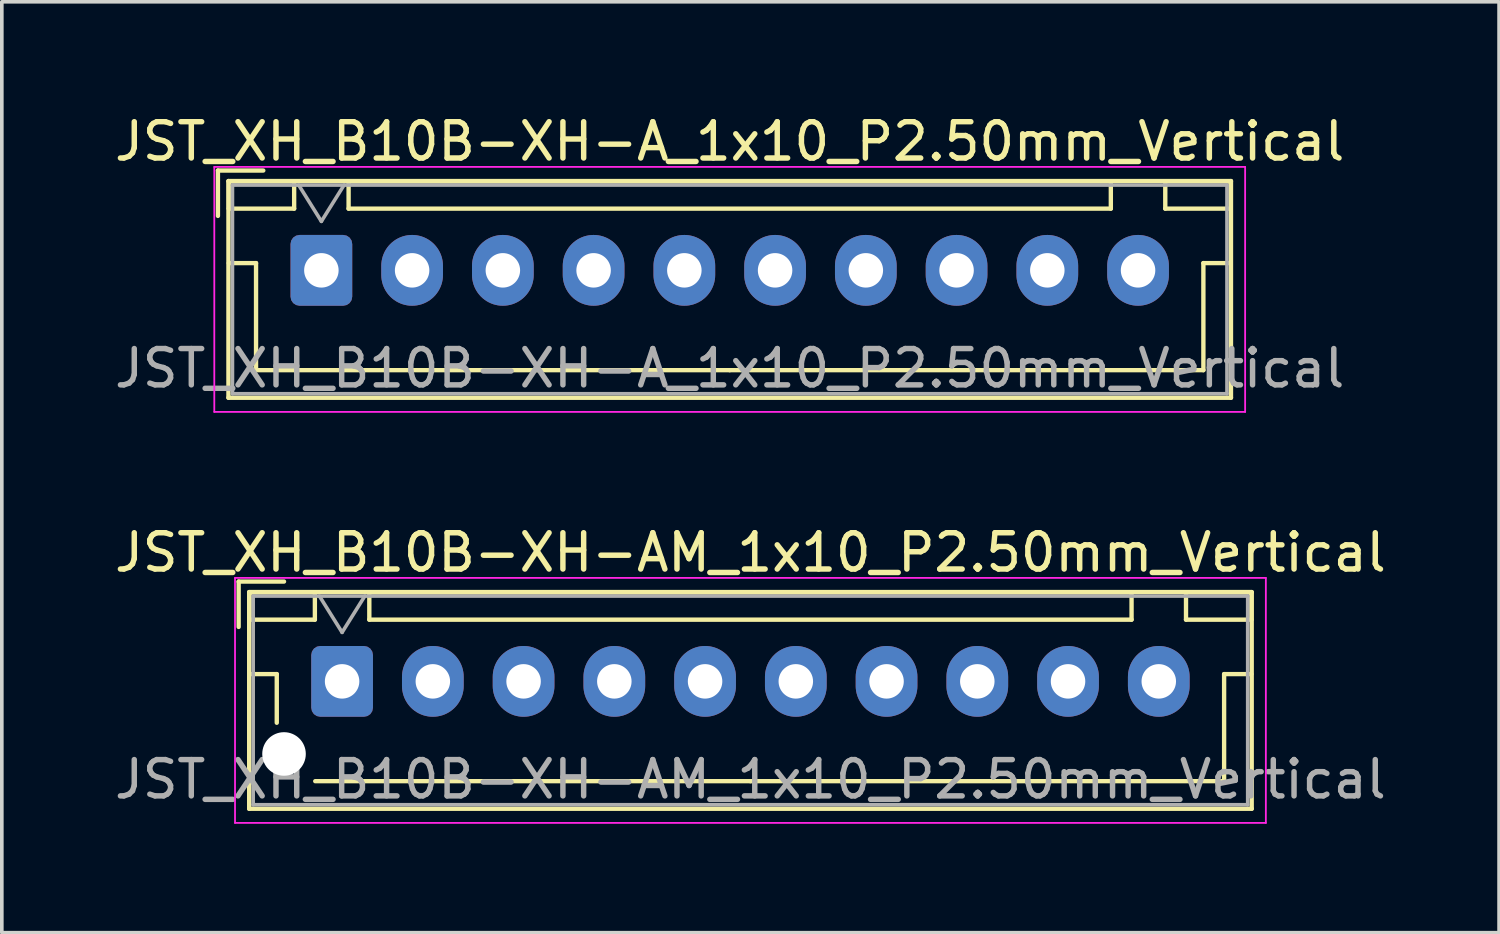
<source format=kicad_pcb>
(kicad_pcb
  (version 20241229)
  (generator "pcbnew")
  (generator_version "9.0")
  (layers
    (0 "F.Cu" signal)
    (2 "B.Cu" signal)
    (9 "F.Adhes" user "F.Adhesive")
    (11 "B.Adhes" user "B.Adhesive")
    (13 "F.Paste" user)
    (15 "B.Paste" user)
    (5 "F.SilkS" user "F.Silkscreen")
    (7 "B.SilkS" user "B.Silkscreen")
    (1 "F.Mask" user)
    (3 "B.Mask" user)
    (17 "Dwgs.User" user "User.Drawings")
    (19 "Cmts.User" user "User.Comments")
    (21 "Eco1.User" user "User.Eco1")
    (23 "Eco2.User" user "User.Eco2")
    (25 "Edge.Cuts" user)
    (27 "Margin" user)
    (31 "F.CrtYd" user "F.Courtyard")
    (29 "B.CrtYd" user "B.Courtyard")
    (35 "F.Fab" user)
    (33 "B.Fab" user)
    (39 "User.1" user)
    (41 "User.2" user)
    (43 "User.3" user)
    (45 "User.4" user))
  (footprint "JST_XH_B10B-XH-AM_1x10_P2.50mm_Vertical"
    (layer "F.Cu")
    (at 6.375 15.722)
    (property "Reference" "JST_XH_B10B-XH-AM_1x10_P2.50mm_Vertical" (at 11.25 -3.55 0) (layer "F.SilkS") (effects (font (size 1 1) (thickness 0.15))))
    (attr through_hole)
    (fp_line (start -2.85 -2.75) (end -2.85 -1.5) (stroke (width 0.12) (type solid)) (layer "F.SilkS"))
    (fp_line (start -2.56 -2.46) (end -2.56 3.51) (stroke (width 0.12) (type solid)) (layer "F.SilkS"))
    (fp_line (start -2.56 3.51) (end 25.06 3.51) (stroke (width 0.12) (type solid)) (layer "F.SilkS"))
    (fp_line (start -2.55 -2.45) (end -2.55 -1.7) (stroke (width 0.12) (type solid)) (layer "F.SilkS"))
    (fp_line (start -2.55 -1.7) (end -0.75 -1.7) (stroke (width 0.12) (type solid)) (layer "F.SilkS"))
    (fp_line (start -2.55 -0.2) (end -1.8 -0.2) (stroke (width 0.12) (type solid)) (layer "F.SilkS"))
    (fp_line (start -1.8 -0.2) (end -1.8 1.14) (stroke (width 0.12) (type solid)) (layer "F.SilkS"))
    (fp_line (start -1.6 -2.75) (end -2.85 -2.75) (stroke (width 0.12) (type solid)) (layer "F.SilkS"))
    (fp_line (start -0.75 -2.45) (end -2.55 -2.45) (stroke (width 0.12) (type solid)) (layer "F.SilkS"))
    (fp_line (start -0.75 -1.7) (end -0.75 -2.45) (stroke (width 0.12) (type solid)) (layer "F.SilkS"))
    (fp_line (start 0.75 -2.45) (end 0.75 -1.7) (stroke (width 0.12) (type solid)) (layer "F.SilkS"))
    (fp_line (start 0.75 -1.7) (end 21.75 -1.7) (stroke (width 0.12) (type solid)) (layer "F.SilkS"))
    (fp_line (start 11.25 2.75) (end -0.74 2.75) (stroke (width 0.12) (type solid)) (layer "F.SilkS"))
    (fp_line (start 21.75 -2.45) (end 0.75 -2.45) (stroke (width 0.12) (type solid)) (layer "F.SilkS"))
    (fp_line (start 21.75 -1.7) (end 21.75 -2.45) (stroke (width 0.12) (type solid)) (layer "F.SilkS"))
    (fp_line (start 23.25 -2.45) (end 23.25 -1.7) (stroke (width 0.12) (type solid)) (layer "F.SilkS"))
    (fp_line (start 23.25 -1.7) (end 25.05 -1.7) (stroke (width 0.12) (type solid)) (layer "F.SilkS"))
    (fp_line (start 24.3 -0.2) (end 24.3 2.75) (stroke (width 0.12) (type solid)) (layer "F.SilkS"))
    (fp_line (start 24.3 2.75) (end 11.25 2.75) (stroke (width 0.12) (type solid)) (layer "F.SilkS"))
    (fp_line (start 25.05 -2.45) (end 23.25 -2.45) (stroke (width 0.12) (type solid)) (layer "F.SilkS"))
    (fp_line (start 25.05 -1.7) (end 25.05 -2.45) (stroke (width 0.12) (type solid)) (layer "F.SilkS"))
    (fp_line (start 25.05 -0.2) (end 24.3 -0.2) (stroke (width 0.12) (type solid)) (layer "F.SilkS"))
    (fp_line (start 25.06 -2.46) (end -2.56 -2.46) (stroke (width 0.12) (type solid)) (layer "F.SilkS"))
    (fp_line (start 25.06 3.51) (end 25.06 -2.46) (stroke (width 0.12) (type solid)) (layer "F.SilkS"))
    (fp_line (start -2.95 -2.85) (end -2.95 3.9) (stroke (width 0.05) (type solid)) (layer "F.CrtYd"))
    (fp_line (start -2.95 3.9) (end 25.45 3.9) (stroke (width 0.05) (type solid)) (layer "F.CrtYd"))
    (fp_line (start 25.45 -2.85) (end -2.95 -2.85) (stroke (width 0.05) (type solid)) (layer "F.CrtYd"))
    (fp_line (start 25.45 3.9) (end 25.45 -2.85) (stroke (width 0.05) (type solid)) (layer "F.CrtYd"))
    (fp_line (start -2.45 -2.35) (end -2.45 3.4) (stroke (width 0.1) (type solid)) (layer "F.Fab"))
    (fp_line (start -2.45 3.4) (end 24.95 3.4) (stroke (width 0.1) (type solid)) (layer "F.Fab"))
    (fp_line (start -0.625 -2.35) (end 0 -1.35) (stroke (width 0.1) (type solid)) (layer "F.Fab"))
    (fp_line (start 0 -1.35) (end 0.625 -2.35) (stroke (width 0.1) (type solid)) (layer "F.Fab"))
    (fp_line (start 24.95 -2.35) (end -2.45 -2.35) (stroke (width 0.1) (type solid)) (layer "F.Fab"))
    (fp_line (start 24.95 3.4) (end 24.95 -2.35) (stroke (width 0.1) (type solid)) (layer "F.Fab"))
    (fp_text user "${REFERENCE}" (at 11.25 2.7 0) (layer "F.Fab") (effects (font (size 1 1) (thickness 0.15))))
    (pad "" np_thru_hole circle (at -1.6 2) (size 1.2 1.2) (drill 1.2) (layers "*.Cu" "*.Mask"))
    (pad "1" thru_hole roundrect (at 0 0) (size 1.7 1.95) (drill 0.95) (layers "*.Cu" "*.Mask") (roundrect_rratio 0.147))
    (pad "2" thru_hole oval (at 2.5 0) (size 1.7 1.95) (drill 0.95) (layers "*.Cu" "*.Mask"))
    (pad "3" thru_hole oval (at 5 0) (size 1.7 1.95) (drill 0.95) (layers "*.Cu" "*.Mask"))
    (pad "4" thru_hole oval (at 7.5 0) (size 1.7 1.95) (drill 0.95) (layers "*.Cu" "*.Mask"))
    (pad "5" thru_hole oval (at 10 0) (size 1.7 1.95) (drill 0.95) (layers "*.Cu" "*.Mask"))
    (pad "6" thru_hole oval (at 12.5 0) (size 1.7 1.95) (drill 0.95) (layers "*.Cu" "*.Mask"))
    (pad "7" thru_hole oval (at 15 0) (size 1.7 1.95) (drill 0.95) (layers "*.Cu" "*.Mask"))
    (pad "8" thru_hole oval (at 17.5 0) (size 1.7 1.95) (drill 0.95) (layers "*.Cu" "*.Mask"))
    (pad "9" thru_hole oval (at 20 0) (size 1.7 1.95) (drill 0.95) (layers "*.Cu" "*.Mask"))
    (pad "10" thru_hole oval (at 22.5 0) (size 1.7 1.95) (drill 0.95) (layers "*.Cu" "*.Mask")))
  (footprint "JST_XH_B10B-XH-A_1x10_P2.50mm_Vertical"
    (layer "F.Cu")
    (at 5.804 4.398)
    (property "Reference" "JST_XH_B10B-XH-A_1x10_P2.50mm_Vertical" (at 11.25 -3.55 0) (layer "F.SilkS") (effects (font (size 1 1) (thickness 0.15))))
    (attr through_hole)
    (fp_line (start -2.85 -2.75) (end -2.85 -1.5) (stroke (width 0.12) (type solid)) (layer "F.SilkS"))
    (fp_line (start -2.56 -2.46) (end -2.56 3.51) (stroke (width 0.12) (type solid)) (layer "F.SilkS"))
    (fp_line (start -2.56 3.51) (end 25.06 3.51) (stroke (width 0.12) (type solid)) (layer "F.SilkS"))
    (fp_line (start -2.55 -2.45) (end -2.55 -1.7) (stroke (width 0.12) (type solid)) (layer "F.SilkS"))
    (fp_line (start -2.55 -1.7) (end -0.75 -1.7) (stroke (width 0.12) (type solid)) (layer "F.SilkS"))
    (fp_line (start -2.55 -0.2) (end -1.8 -0.2) (stroke (width 0.12) (type solid)) (layer "F.SilkS"))
    (fp_line (start -1.8 -0.2) (end -1.8 2.75) (stroke (width 0.12) (type solid)) (layer "F.SilkS"))
    (fp_line (start -1.8 2.75) (end 11.25 2.75) (stroke (width 0.12) (type solid)) (layer "F.SilkS"))
    (fp_line (start -1.6 -2.75) (end -2.85 -2.75) (stroke (width 0.12) (type solid)) (layer "F.SilkS"))
    (fp_line (start -0.75 -2.45) (end -2.55 -2.45) (stroke (width 0.12) (type solid)) (layer "F.SilkS"))
    (fp_line (start -0.75 -1.7) (end -0.75 -2.45) (stroke (width 0.12) (type solid)) (layer "F.SilkS"))
    (fp_line (start 0.75 -2.45) (end 0.75 -1.7) (stroke (width 0.12) (type solid)) (layer "F.SilkS"))
    (fp_line (start 0.75 -1.7) (end 21.75 -1.7) (stroke (width 0.12) (type solid)) (layer "F.SilkS"))
    (fp_line (start 21.75 -2.45) (end 0.75 -2.45) (stroke (width 0.12) (type solid)) (layer "F.SilkS"))
    (fp_line (start 21.75 -1.7) (end 21.75 -2.45) (stroke (width 0.12) (type solid)) (layer "F.SilkS"))
    (fp_line (start 23.25 -2.45) (end 23.25 -1.7) (stroke (width 0.12) (type solid)) (layer "F.SilkS"))
    (fp_line (start 23.25 -1.7) (end 25.05 -1.7) (stroke (width 0.12) (type solid)) (layer "F.SilkS"))
    (fp_line (start 24.3 -0.2) (end 24.3 2.75) (stroke (width 0.12) (type solid)) (layer "F.SilkS"))
    (fp_line (start 24.3 2.75) (end 11.25 2.75) (stroke (width 0.12) (type solid)) (layer "F.SilkS"))
    (fp_line (start 25.05 -2.45) (end 23.25 -2.45) (stroke (width 0.12) (type solid)) (layer "F.SilkS"))
    (fp_line (start 25.05 -1.7) (end 25.05 -2.45) (stroke (width 0.12) (type solid)) (layer "F.SilkS"))
    (fp_line (start 25.05 -0.2) (end 24.3 -0.2) (stroke (width 0.12) (type solid)) (layer "F.SilkS"))
    (fp_line (start 25.06 -2.46) (end -2.56 -2.46) (stroke (width 0.12) (type solid)) (layer "F.SilkS"))
    (fp_line (start 25.06 3.51) (end 25.06 -2.46) (stroke (width 0.12) (type solid)) (layer "F.SilkS"))
    (fp_line (start -2.95 -2.85) (end -2.95 3.9) (stroke (width 0.05) (type solid)) (layer "F.CrtYd"))
    (fp_line (start -2.95 3.9) (end 25.45 3.9) (stroke (width 0.05) (type solid)) (layer "F.CrtYd"))
    (fp_line (start 25.45 -2.85) (end -2.95 -2.85) (stroke (width 0.05) (type solid)) (layer "F.CrtYd"))
    (fp_line (start 25.45 3.9) (end 25.45 -2.85) (stroke (width 0.05) (type solid)) (layer "F.CrtYd"))
    (fp_line (start -2.45 -2.35) (end -2.45 3.4) (stroke (width 0.1) (type solid)) (layer "F.Fab"))
    (fp_line (start -2.45 3.4) (end 24.95 3.4) (stroke (width 0.1) (type solid)) (layer "F.Fab"))
    (fp_line (start -0.625 -2.35) (end 0 -1.35) (stroke (width 0.1) (type solid)) (layer "F.Fab"))
    (fp_line (start 0 -1.35) (end 0.625 -2.35) (stroke (width 0.1) (type solid)) (layer "F.Fab"))
    (fp_line (start 24.95 -2.35) (end -2.45 -2.35) (stroke (width 0.1) (type solid)) (layer "F.Fab"))
    (fp_line (start 24.95 3.4) (end 24.95 -2.35) (stroke (width 0.1) (type solid)) (layer "F.Fab"))
    (fp_text user "${REFERENCE}" (at 11.25 2.7 0) (layer "F.Fab") (effects (font (size 1 1) (thickness 0.15))))
    (pad "1" thru_hole roundrect (at 0 0) (size 1.7 1.95) (drill 0.95) (layers "*.Cu" "*.Mask") (roundrect_rratio 0.147))
    (pad "2" thru_hole oval (at 2.5 0) (size 1.7 1.95) (drill 0.95) (layers "*.Cu" "*.Mask"))
    (pad "3" thru_hole oval (at 5 0) (size 1.7 1.95) (drill 0.95) (layers "*.Cu" "*.Mask"))
    (pad "4" thru_hole oval (at 7.5 0) (size 1.7 1.95) (drill 0.95) (layers "*.Cu" "*.Mask"))
    (pad "5" thru_hole oval (at 10 0) (size 1.7 1.95) (drill 0.95) (layers "*.Cu" "*.Mask"))
    (pad "6" thru_hole oval (at 12.5 0) (size 1.7 1.95) (drill 0.95) (layers "*.Cu" "*.Mask"))
    (pad "7" thru_hole oval (at 15 0) (size 1.7 1.95) (drill 0.95) (layers "*.Cu" "*.Mask"))
    (pad "8" thru_hole oval (at 17.5 0) (size 1.7 1.95) (drill 0.95) (layers "*.Cu" "*.Mask"))
    (pad "9" thru_hole oval (at 20 0) (size 1.7 1.95) (drill 0.95) (layers "*.Cu" "*.Mask"))
    (pad "10" thru_hole oval (at 22.5 0) (size 1.7 1.95) (drill 0.95) (layers "*.Cu" "*.Mask")))
  (gr_rect
    (start -3 -3)
    (end 38.25 22.646)
    (stroke (width 0.1) (type default))
    (fill no)
    (layer "Edge.Cuts")))
</source>
